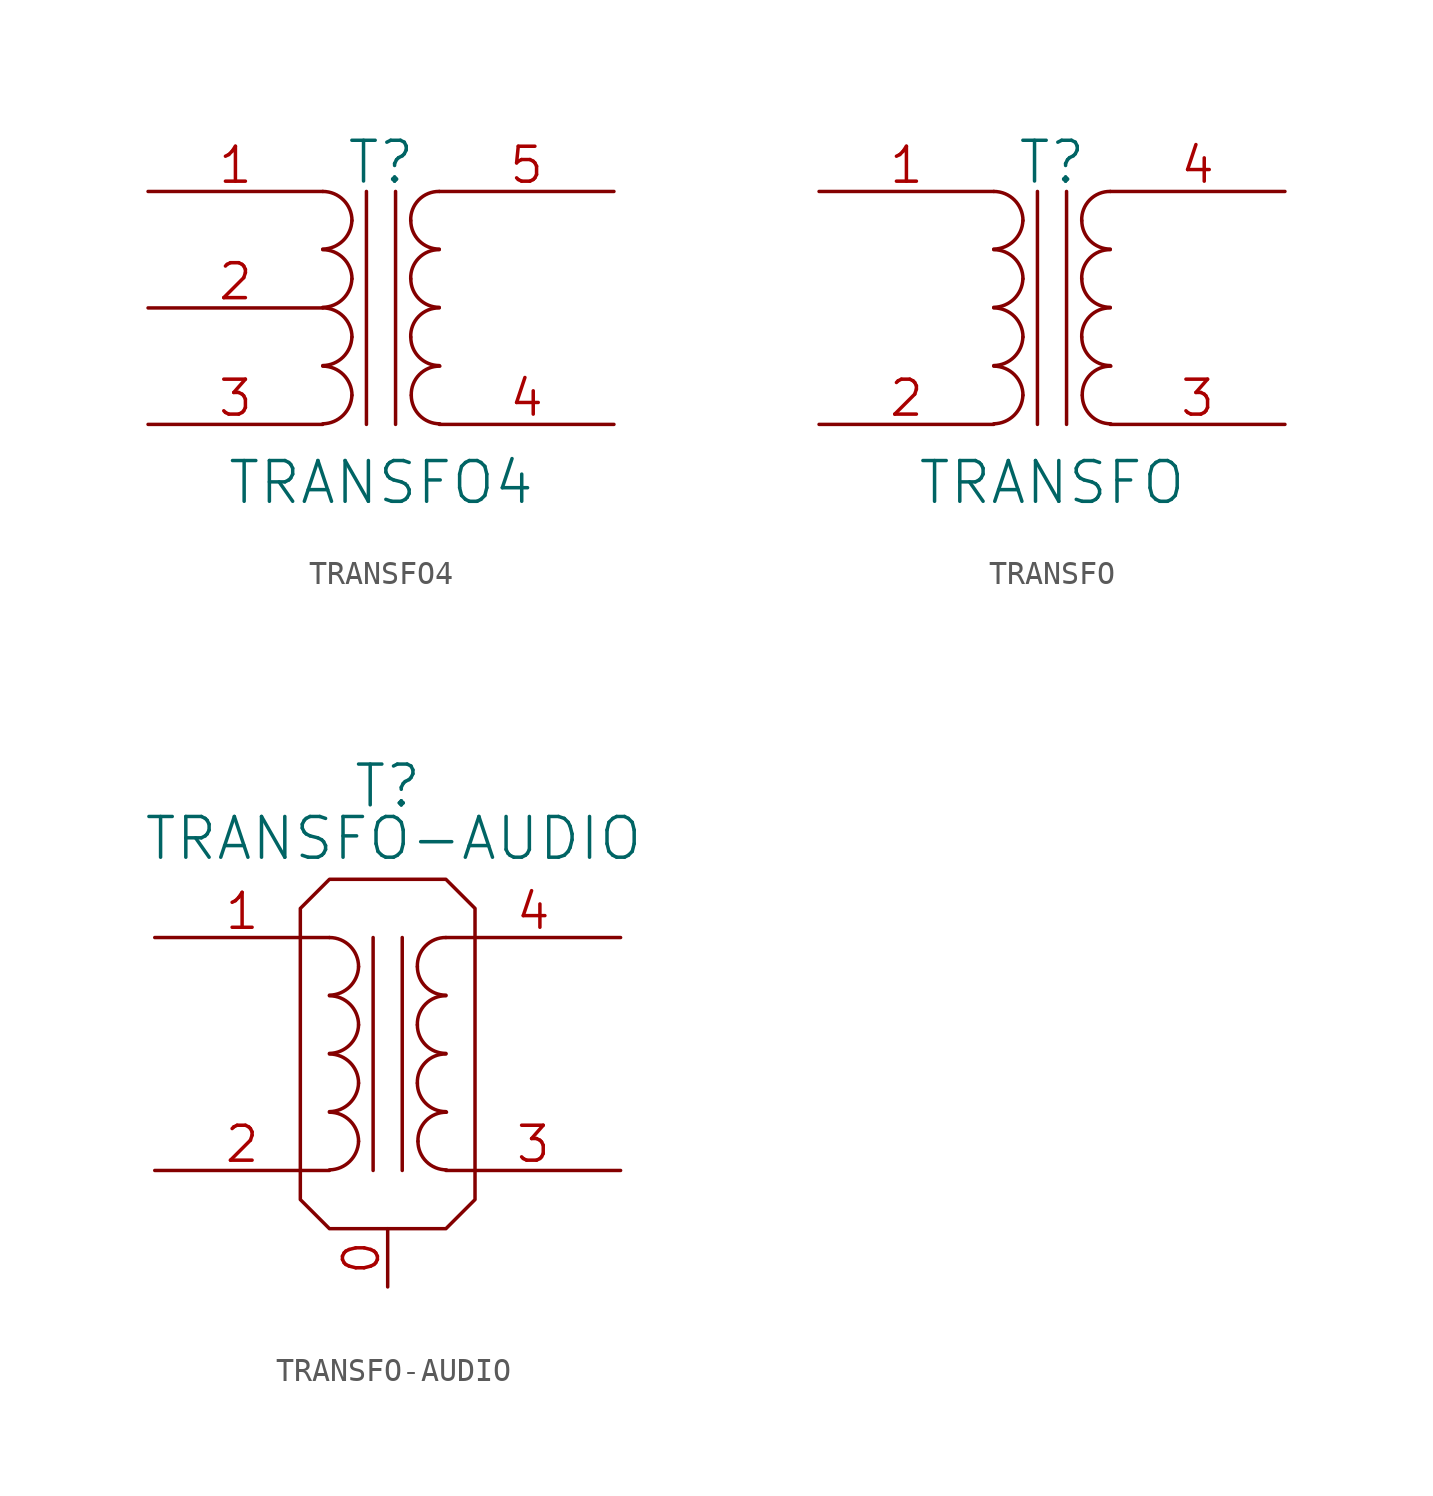
<source format=kicad_sym>
(kicad_symbol_lib
  (version 20211014)
  (generator kicad_symbol_editor)
  (symbol "TRANSFO4"
    (pin_names
      (offset 1.016) hide)
    (property "Reference" "T"
      (at 0 6.35 0)
      (effects (font (size 1.778 1.778))))
    (property "Value" "TRANSFO4"
      (at 0 -7.62 0)
      (effects (font (size 1.778 1.778))))
    (property "Footprint" ""
      (at 0 0 0)
      (effects (font (size 1.524 1.524))))
    (property "Datasheet" ""
      (at 0 0 0)
      (effects (font (size 1.524 1.524))))
    (symbol "TRANSFO4_0_1"
      (arc (start -2.54 -5.0546) (mid -1.6599 -4.6901) (end -1.27 -3.81) (stroke (width 0) (type default) (color 0 0 0 0)) (fill (type none)))
      (arc (start -2.54 -2.5146) (mid -1.6599 -2.1501) (end -1.27 -1.27) (stroke (width 0) (type default) (color 0 0 0 0)) (fill (type none)))
      (arc (start -2.54 0.0254) (mid -1.6599 0.3899) (end -1.27 1.27) (stroke (width 0) (type default) (color 0 0 0 0)) (fill (type none)))
      (arc (start -2.54 2.5654) (mid -1.6599 2.9299) (end -1.27 3.81) (stroke (width 0) (type default) (color 0 0 0 0)) (fill (type none)))
      (arc (start -1.27 -3.81) (mid -1.642 -2.912) (end -2.54 -2.54) (stroke (width 0) (type default) (color 0 0 0 0)) (fill (type none)))
      (arc (start -1.27 -1.27) (mid -1.642 -0.372) (end -2.54 0) (stroke (width 0) (type default) (color 0 0 0 0)) (fill (type none)))
      (arc (start -1.27 1.27) (mid -1.642 2.168) (end -2.54 2.54) (stroke (width 0) (type default) (color 0 0 0 0)) (fill (type none)))
      (arc (start -1.27 3.81) (mid -1.642 4.708) (end -2.54 5.08) (stroke (width 0) (type default) (color 0 0 0 0)) (fill (type none)))
      (polyline (pts (xy -0.635 5.08) (xy -0.635 -5.08)) (stroke (width 0) (type default) (color 0 0 0 0)) (fill (type none)))
      (polyline (pts (xy 0.635 -5.08) (xy 0.635 5.08)) (stroke (width 0) (type default) (color 0 0 0 0)) (fill (type none)))
      (arc (start 1.2954 -1.27) (mid 1.6599 -2.1501) (end 2.54 -2.5146) (stroke (width 0) (type default) (color 0 0 0 0)) (fill (type none)))
      (arc (start 1.2954 1.27) (mid 1.6599 0.3899) (end 2.54 0.0254) (stroke (width 0) (type default) (color 0 0 0 0)) (fill (type none)))
      (arc (start 1.2954 3.81) (mid 1.6599 2.9299) (end 2.54 2.5654) (stroke (width 0) (type default) (color 0 0 0 0)) (fill (type none)))
      (arc (start 1.3208 -3.81) (mid 1.6853 -4.6901) (end 2.5654 -5.0546) (stroke (width 0) (type default) (color 0 0 0 0)) (fill (type none)))
      (arc (start 2.54 0) (mid 1.642 -0.372) (end 1.2954 -1.27) (stroke (width 0) (type default) (color 0 0 0 0)) (fill (type none)))
      (arc (start 2.54 2.54) (mid 1.642 2.168) (end 1.2954 1.27) (stroke (width 0) (type default) (color 0 0 0 0)) (fill (type none)))
      (arc (start 2.54 5.08) (mid 1.642 4.708) (end 1.2954 3.81) (stroke (width 0) (type default) (color 0 0 0 0)) (fill (type none)))
      (arc (start 2.5654 -2.54) (mid 1.6674 -2.912) (end 1.3208 -3.81) (stroke (width 0) (type default) (color 0 0 0 0)) (fill (type none))))
    (symbol "TRANSFO4_1_1"
      (pin passive line (at -10.16 5.08 0) (length 7.62) (name "PR1" (effects (font (size 1.524 1.524)))) (number "1" (effects (font (size 1.524 1.524)))))
      (pin passive line (at -10.16 0 0) (length 7.62) (name "PM" (effects (font (size 1.524 1.524)))) (number "2" (effects (font (size 1.524 1.524)))))
      (pin passive line (at -10.16 -5.08 0) (length 7.62) (name "PR2" (effects (font (size 1.524 1.524)))) (number "3" (effects (font (size 1.524 1.524)))))
      (pin passive line (at 10.16 -5.08 180) (length 7.62) (name "S1" (effects (font (size 1.524 1.524)))) (number "4" (effects (font (size 1.524 1.524)))))
      (pin passive line (at 10.16 5.08 180) (length 7.62) (name "S2" (effects (font (size 1.524 1.524)))) (number "5" (effects (font (size 1.524 1.524)))))))
  (symbol "TRANSFO"
    (pin_names
      (offset 1.016) hide)
    (property "Reference" "T"
      (at 0 6.35 0)
      (effects (font (size 1.778 1.778))))
    (property "Value" "TRANSFO"
      (at 0 -7.62 0)
      (effects (font (size 1.778 1.778))))
    (property "Footprint" ""
      (at 0 0 0)
      (effects (font (size 1.524 1.524))))
    (property "Datasheet" ""
      (at 0 0 0)
      (effects (font (size 1.524 1.524))))
    (symbol "TRANSFO_0_1"
      (arc (start -2.54 -5.0546) (mid -1.6599 -4.6901) (end -1.27 -3.81) (stroke (width 0) (type default) (color 0 0 0 0)) (fill (type none)))
      (arc (start -2.54 -2.5146) (mid -1.6599 -2.1501) (end -1.27 -1.27) (stroke (width 0) (type default) (color 0 0 0 0)) (fill (type none)))
      (arc (start -2.54 0.0254) (mid -1.6599 0.3899) (end -1.27 1.27) (stroke (width 0) (type default) (color 0 0 0 0)) (fill (type none)))
      (arc (start -2.54 2.5654) (mid -1.6599 2.9299) (end -1.27 3.81) (stroke (width 0) (type default) (color 0 0 0 0)) (fill (type none)))
      (arc (start -1.27 -3.81) (mid -1.642 -2.912) (end -2.54 -2.54) (stroke (width 0) (type default) (color 0 0 0 0)) (fill (type none)))
      (arc (start -1.27 -1.27) (mid -1.642 -0.372) (end -2.54 0) (stroke (width 0) (type default) (color 0 0 0 0)) (fill (type none)))
      (arc (start -1.27 1.27) (mid -1.642 2.168) (end -2.54 2.54) (stroke (width 0) (type default) (color 0 0 0 0)) (fill (type none)))
      (arc (start -1.27 3.81) (mid -1.642 4.708) (end -2.54 5.08) (stroke (width 0) (type default) (color 0 0 0 0)) (fill (type none)))
      (polyline (pts (xy -0.635 5.08) (xy -0.635 -5.08)) (stroke (width 0) (type default) (color 0 0 0 0)) (fill (type none)))
      (polyline (pts (xy 0.635 -5.08) (xy 0.635 5.08)) (stroke (width 0) (type default) (color 0 0 0 0)) (fill (type none)))
      (arc (start 1.2954 -1.27) (mid 1.6599 -2.1501) (end 2.54 -2.5146) (stroke (width 0) (type default) (color 0 0 0 0)) (fill (type none)))
      (arc (start 1.2954 1.27) (mid 1.6599 0.3899) (end 2.54 0.0254) (stroke (width 0) (type default) (color 0 0 0 0)) (fill (type none)))
      (arc (start 1.2954 3.81) (mid 1.6599 2.9299) (end 2.54 2.5654) (stroke (width 0) (type default) (color 0 0 0 0)) (fill (type none)))
      (arc (start 1.3208 -3.81) (mid 1.6853 -4.6901) (end 2.5654 -5.0546) (stroke (width 0) (type default) (color 0 0 0 0)) (fill (type none)))
      (arc (start 2.54 0) (mid 1.642 -0.372) (end 1.2954 -1.27) (stroke (width 0) (type default) (color 0 0 0 0)) (fill (type none)))
      (arc (start 2.54 2.54) (mid 1.642 2.168) (end 1.2954 1.27) (stroke (width 0) (type default) (color 0 0 0 0)) (fill (type none)))
      (arc (start 2.54 5.08) (mid 1.642 4.708) (end 1.2954 3.81) (stroke (width 0) (type default) (color 0 0 0 0)) (fill (type none)))
      (arc (start 2.5654 -2.54) (mid 1.6674 -2.912) (end 1.3208 -3.81) (stroke (width 0) (type default) (color 0 0 0 0)) (fill (type none))))
    (symbol "TRANSFO_1_1"
      (pin passive line (at -10.16 5.08 0) (length 7.62) (name "AA" (effects (font (size 1.524 1.524)))) (number "1" (effects (font (size 1.524 1.524)))))
      (pin passive line (at -10.16 -5.08 0) (length 7.62) (name "AB" (effects (font (size 1.524 1.524)))) (number "2" (effects (font (size 1.524 1.524)))))
      (pin passive line (at 10.16 -5.08 180) (length 7.62) (name "SA" (effects (font (size 1.524 1.524)))) (number "3" (effects (font (size 1.524 1.524)))))
      (pin passive line (at 10.16 5.08 180) (length 7.62) (name "SB" (effects (font (size 1.524 1.524)))) (number "4" (effects (font (size 1.524 1.524)))))))
  (symbol "TRANSFO-AUDIO"
    (pin_names
      (offset 1.016) hide)
    (property "Reference" "T"
      (at 0 11.684 0)
      (effects (font (size 1.778 1.778))))
    (property "Value" "TRANSFO-AUDIO"
      (at 0.254 9.398 0)
      (effects (font (size 1.778 1.778))))
    (property "Footprint" ""
      (at 0 0 0)
      (effects (font (size 1.524 1.524))))
    (property "Datasheet" ""
      (at 0 0 0)
      (effects (font (size 1.524 1.524))))
    (symbol "TRANSFO-AUDIO_0_1"
      (arc (start -2.54 -5.0546) (mid -1.6599 -4.6901) (end -1.27 -3.81) (stroke (width 0) (type default) (color 0 0 0 0)) (fill (type none)))
      (arc (start -2.54 -2.5146) (mid -1.6599 -2.1501) (end -1.27 -1.27) (stroke (width 0) (type default) (color 0 0 0 0)) (fill (type none)))
      (arc (start -2.54 0.0254) (mid -1.6599 0.3899) (end -1.27 1.27) (stroke (width 0) (type default) (color 0 0 0 0)) (fill (type none)))
      (arc (start -2.54 2.5654) (mid -1.6599 2.9299) (end -1.27 3.81) (stroke (width 0) (type default) (color 0 0 0 0)) (fill (type none)))
      (arc (start -1.27 -3.81) (mid -1.642 -2.912) (end -2.54 -2.54) (stroke (width 0) (type default) (color 0 0 0 0)) (fill (type none)))
      (arc (start -1.27 -1.27) (mid -1.642 -0.372) (end -2.54 0) (stroke (width 0) (type default) (color 0 0 0 0)) (fill (type none)))
      (arc (start -1.27 1.27) (mid -1.642 2.168) (end -2.54 2.54) (stroke (width 0) (type default) (color 0 0 0 0)) (fill (type none)))
      (arc (start -1.27 3.81) (mid -1.642 4.708) (end -2.54 5.08) (stroke (width 0) (type default) (color 0 0 0 0)) (fill (type none)))
      (polyline (pts (xy -0.635 5.08) (xy -0.635 -5.08)) (stroke (width 0) (type default) (color 0 0 0 0)) (fill (type none)))
      (polyline (pts (xy 0.635 -5.08) (xy 0.635 5.08)) (stroke (width 0) (type default) (color 0 0 0 0)) (fill (type none)))
      (polyline (pts (xy -3.81 6.35) (xy -2.54 7.62) (xy 2.54 7.62) (xy 3.81 6.35) (xy 3.81 -6.35) (xy 2.54 -7.62) (xy -2.54 -7.62) (xy -3.81 -6.35) (xy -3.81 6.35)) (stroke (width 0) (type default) (color 0 0 0 0)) (fill (type none)))
      (arc (start 1.2954 -1.27) (mid 1.6599 -2.1501) (end 2.54 -2.5146) (stroke (width 0) (type default) (color 0 0 0 0)) (fill (type none)))
      (arc (start 1.2954 1.27) (mid 1.6599 0.3899) (end 2.54 0.0254) (stroke (width 0) (type default) (color 0 0 0 0)) (fill (type none)))
      (arc (start 1.2954 3.81) (mid 1.6599 2.9299) (end 2.54 2.5654) (stroke (width 0) (type default) (color 0 0 0 0)) (fill (type none)))
      (arc (start 1.3208 -3.81) (mid 1.6853 -4.6901) (end 2.5654 -5.0546) (stroke (width 0) (type default) (color 0 0 0 0)) (fill (type none)))
      (arc (start 2.54 0) (mid 1.642 -0.372) (end 1.2954 -1.27) (stroke (width 0) (type default) (color 0 0 0 0)) (fill (type none)))
      (arc (start 2.54 2.54) (mid 1.642 2.168) (end 1.2954 1.27) (stroke (width 0) (type default) (color 0 0 0 0)) (fill (type none)))
      (arc (start 2.54 5.08) (mid 1.642 4.708) (end 1.2954 3.81) (stroke (width 0) (type default) (color 0 0 0 0)) (fill (type none)))
      (arc (start 2.5654 -2.54) (mid 1.6674 -2.912) (end 1.3208 -3.81) (stroke (width 0) (type default) (color 0 0 0 0)) (fill (type none))))
    (symbol "TRANSFO-AUDIO_1_1"
      (pin input line (at 0 -10.16 90) (length 2.54) (name "~" (effects (font (size 1.524 1.524)))) (number "0" (effects (font (size 1.524 1.524)))))
      (pin passive line (at -10.16 5.08 0) (length 7.62) (name "AA" (effects (font (size 1.524 1.524)))) (number "1" (effects (font (size 1.524 1.524)))))
      (pin passive line (at -10.16 -5.08 0) (length 7.62) (name "AB" (effects (font (size 1.524 1.524)))) (number "2" (effects (font (size 1.524 1.524)))))
      (pin passive line (at 10.16 -5.08 180) (length 7.62) (name "SA" (effects (font (size 1.524 1.524)))) (number "3" (effects (font (size 1.524 1.524)))))
      (pin passive line (at 10.16 5.08 180) (length 7.62) (name "SB" (effects (font (size 1.524 1.524)))) (number "4" (effects (font (size 1.524 1.524))))))))
</source>
